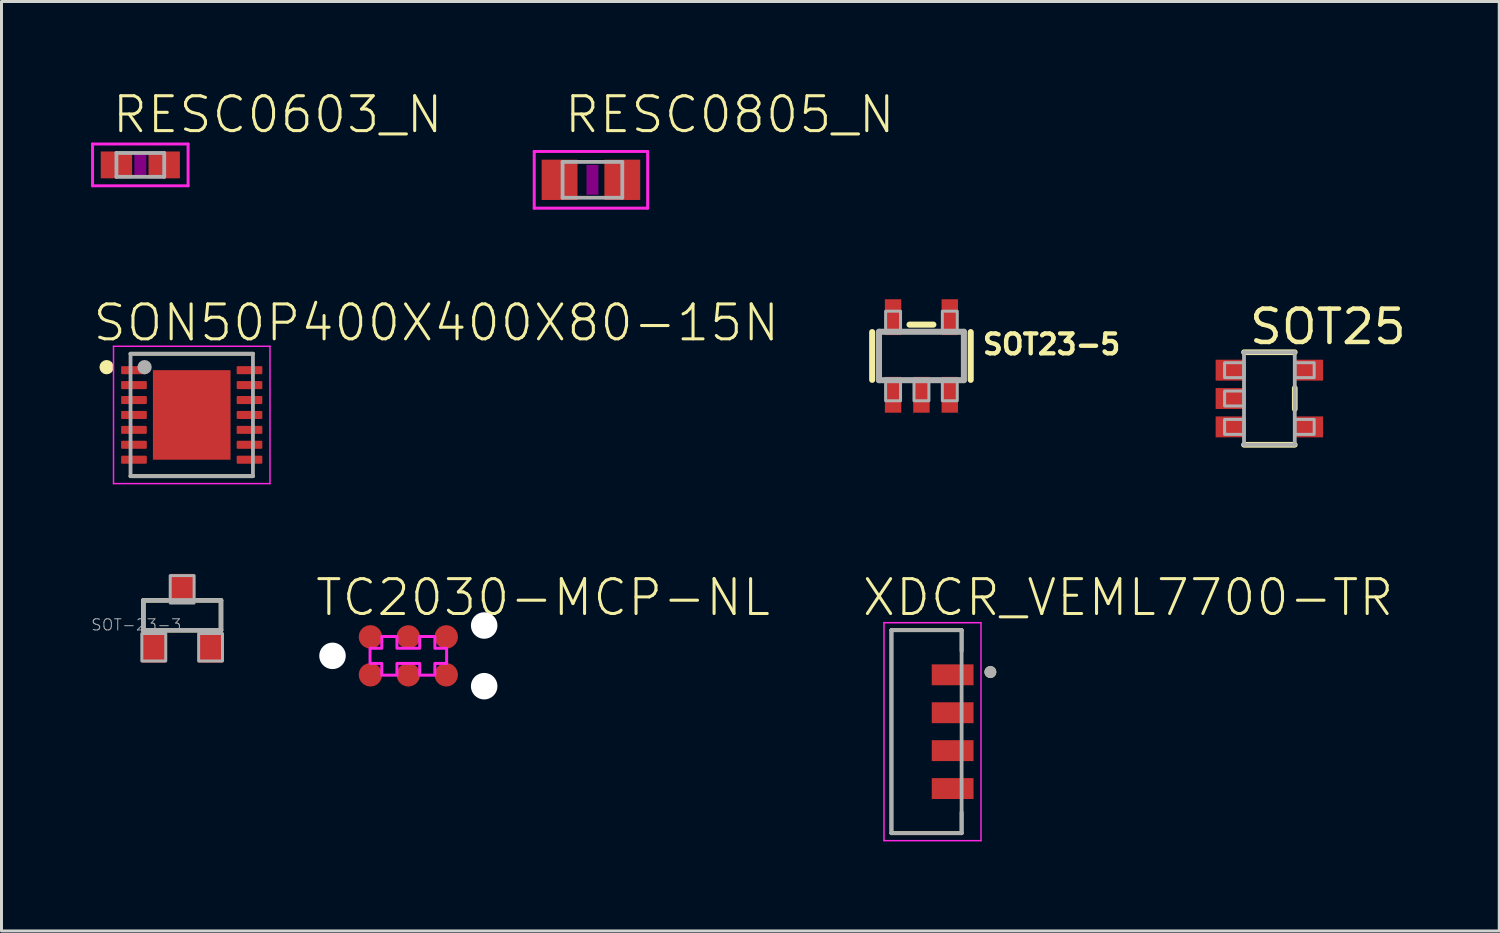
<source format=kicad_pcb>
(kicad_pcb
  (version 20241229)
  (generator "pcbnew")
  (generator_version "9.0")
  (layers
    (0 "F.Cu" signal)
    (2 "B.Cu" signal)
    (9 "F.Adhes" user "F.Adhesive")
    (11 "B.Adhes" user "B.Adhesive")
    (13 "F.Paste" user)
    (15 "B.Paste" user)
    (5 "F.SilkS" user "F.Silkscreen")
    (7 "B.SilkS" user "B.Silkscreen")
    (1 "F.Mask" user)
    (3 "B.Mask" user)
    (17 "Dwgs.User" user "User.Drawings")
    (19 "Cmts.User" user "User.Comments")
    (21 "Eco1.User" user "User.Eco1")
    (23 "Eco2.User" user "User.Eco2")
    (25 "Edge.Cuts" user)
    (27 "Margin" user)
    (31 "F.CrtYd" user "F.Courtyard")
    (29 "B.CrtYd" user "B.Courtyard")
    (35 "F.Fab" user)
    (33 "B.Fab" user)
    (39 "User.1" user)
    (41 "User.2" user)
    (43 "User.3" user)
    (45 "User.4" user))
  (footprint "SOT25"
    (layer "F.Cu")
    (at 39.467 10.298)
    (property "Reference" "SOT25" (at -0.75 -1.75 0) (layer "F.SilkS") (effects (font (size 1.118 1.118) (thickness 0.152)) (justify left bottom)))
    (fp_line (start -0.85 -1.55) (end 0.85 -1.55) (stroke (width 0.191) (type solid)) (layer "F.SilkS"))
    (fp_line (start 0.85 -0.35) (end 0.85 0.35) (stroke (width 0.191) (type solid)) (layer "F.SilkS"))
    (fp_line (start 0.85 1.55) (end -0.85 1.55) (stroke (width 0.191) (type solid)) (layer "F.SilkS"))
    (fp_line (start -0.85 -1.55) (end 0.85 -1.55) (stroke (width 0.127) (type solid)) (layer "F.Fab"))
    (fp_line (start -0.85 1.55) (end -0.85 -1.55) (stroke (width 0.127) (type solid)) (layer "F.Fab"))
    (fp_line (start -0.85 1.55) (end 0.85 1.55) (stroke (width 0.127) (type solid)) (layer "F.Fab"))
    (fp_line (start 0.85 1.55) (end 0.85 -1.55) (stroke (width 0.127) (type solid)) (layer "F.Fab"))
    (fp_poly (pts (xy -0.85 -0.7) (xy -0.85 -1.2) (xy -1.5 -1.2) (xy -1.5 -0.7)) (stroke (width 0.1) (type solid)) (fill no) (layer "F.Fab"))
    (fp_poly (pts (xy -0.85 0.25) (xy -0.85 -0.25) (xy -1.5 -0.25) (xy -1.5 0.25)) (stroke (width 0.1) (type solid)) (fill no) (layer "F.Fab"))
    (fp_poly (pts (xy -0.85 1.2) (xy -0.85 0.7) (xy -1.5 0.7) (xy -1.5 1.2)) (stroke (width 0.1) (type solid)) (fill no) (layer "F.Fab"))
    (fp_poly (pts (xy 0.85 -1.2) (xy 0.85 -0.7) (xy 1.5 -0.7) (xy 1.5 -1.2)) (stroke (width 0.1) (type solid)) (fill no) (layer "F.Fab"))
    (fp_poly (pts (xy 0.85 0.7) (xy 0.85 1.2) (xy 1.5 1.2) (xy 1.5 0.7)) (stroke (width 0.1) (type solid)) (fill no) (layer "F.Fab"))
    (pad "1" smd rect (at -1.3 -0.95 180) (size 1 0.7) (layers "F.Cu" "F.Mask" "F.Paste"))
    (pad "2" smd rect (at -1.3 0 180) (size 1 0.7) (layers "F.Cu" "F.Mask" "F.Paste"))
    (pad "3" smd rect (at -1.3 0.95 180) (size 1 0.7) (layers "F.Cu" "F.Mask" "F.Paste"))
    (pad "4" smd rect (at 1.3 0.95) (size 1 0.7) (layers "F.Cu" "F.Mask" "F.Paste"))
    (pad "5" smd rect (at 1.3 -0.95) (size 1 0.7) (layers "F.Cu" "F.Mask" "F.Paste")))
  (footprint "SON50P400X400X80-15N"
    (layer "F.Cu")
    (at 3.372 10.848)
    (property "Reference" "SON50P400X400X80-15N" (at -3.372 -2.401 0) (layer "F.SilkS") (effects (font (size 1.169 1.169) (thickness 0.102)) (justify left bottom)))
    (fp_line (start -2.05 -2.05) (end 2.05 -2.05) (stroke (width 0.127) (type solid)) (layer "F.SilkS"))
    (fp_line (start 2.05 2.05) (end -2.05 2.05) (stroke (width 0.127) (type solid)) (layer "F.SilkS"))
    (fp_circle (center -2.85 -1.6) (end -2.73 -1.6) (stroke (width 0.24) (type solid)) (fill no) (layer "F.SilkS"))
    (fp_poly (pts (xy -0.821 0.951) (xy 0.82 0.951) (xy 0.82 -0.95) (xy -0.821 -0.95)) (stroke (width 0) (type solid)) (fill yes) (layer "F.Paste"))
    (fp_line (start -2.62 -2.3) (end 2.62 -2.3) (stroke (width 0.05) (type solid)) (layer "F.CrtYd"))
    (fp_line (start -2.62 2.3) (end -2.62 -2.3) (stroke (width 0.05) (type solid)) (layer "F.CrtYd"))
    (fp_line (start 2.62 -2.3) (end 2.62 2.3) (stroke (width 0.05) (type solid)) (layer "F.CrtYd"))
    (fp_line (start 2.62 2.3) (end -2.62 2.3) (stroke (width 0.05) (type solid)) (layer "F.CrtYd"))
    (fp_line (start -2.05 -2.05) (end 2.05 -2.05) (stroke (width 0.127) (type solid)) (layer "F.Fab"))
    (fp_line (start -2.05 2.05) (end -2.05 -2.05) (stroke (width 0.127) (type solid)) (layer "F.Fab"))
    (fp_line (start 2.05 -2.05) (end 2.05 2.05) (stroke (width 0.127) (type solid)) (layer "F.Fab"))
    (fp_line (start 2.05 2.05) (end -2.05 2.05) (stroke (width 0.127) (type solid)) (layer "F.Fab"))
    (fp_circle (center -1.58 -1.6) (end -1.46 -1.6) (stroke (width 0.24) (type solid)) (fill no) (layer "F.Fab"))
    (pad "1" smd roundrect (at -1.935 -1.5) (size 0.86 0.27) (layers "F.Cu" "F.Mask" "F.Paste") (roundrect_rratio 0.125))
    (pad "2" smd roundrect (at -1.935 -1) (size 0.86 0.27) (layers "F.Cu" "F.Mask" "F.Paste") (roundrect_rratio 0.125))
    (pad "3" smd roundrect (at -1.935 -0.5) (size 0.86 0.27) (layers "F.Cu" "F.Mask" "F.Paste") (roundrect_rratio 0.125))
    (pad "4" smd roundrect (at -1.935 0) (size 0.86 0.27) (layers "F.Cu" "F.Mask" "F.Paste") (roundrect_rratio 0.125))
    (pad "5" smd roundrect (at -1.935 0.5) (size 0.86 0.27) (layers "F.Cu" "F.Mask" "F.Paste") (roundrect_rratio 0.125))
    (pad "6" smd roundrect (at -1.935 1) (size 0.86 0.27) (layers "F.Cu" "F.Mask" "F.Paste") (roundrect_rratio 0.125))
    (pad "7" smd roundrect (at -1.935 1.5) (size 0.86 0.27) (layers "F.Cu" "F.Mask" "F.Paste") (roundrect_rratio 0.125))
    (pad "8" smd roundrect (at 1.935 1.5 180) (size 0.86 0.27) (layers "F.Cu" "F.Mask" "F.Paste") (roundrect_rratio 0.125))
    (pad "9" smd roundrect (at 1.935 1 180) (size 0.86 0.27) (layers "F.Cu" "F.Mask" "F.Paste") (roundrect_rratio 0.125))
    (pad "10" smd roundrect (at 1.935 0.5 180) (size 0.86 0.27) (layers "F.Cu" "F.Mask" "F.Paste") (roundrect_rratio 0.125))
    (pad "11" smd roundrect (at 1.935 0 180) (size 0.86 0.27) (layers "F.Cu" "F.Mask" "F.Paste") (roundrect_rratio 0.125))
    (pad "12" smd roundrect (at 1.935 -0.5 180) (size 0.86 0.27) (layers "F.Cu" "F.Mask" "F.Paste") (roundrect_rratio 0.125))
    (pad "13" smd roundrect (at 1.935 -1 180) (size 0.86 0.27) (layers "F.Cu" "F.Mask" "F.Paste") (roundrect_rratio 0.125))
    (pad "14" smd roundrect (at 1.935 -1.5 180) (size 0.86 0.27) (layers "F.Cu" "F.Mask" "F.Paste") (roundrect_rratio 0.125))
    (pad "15" smd rect (at 0 0) (size 2.6 3) (layers "F.Cu" "F.Mask")))
  (footprint "XDCR_VEML7700-TR"
    (layer "F.Cu")
    (at 28.308 21.457)
    (property "Reference" "XDCR_VEML7700-TR" (at -2.54 -3.81 0) (layer "F.SilkS") (effects (font (size 1.168 1.168) (thickness 0.102)) (justify left bottom)))
    (fp_line (start -1.5 -3.4) (end -1.5 3.4) (stroke (width 0.127) (type solid)) (layer "F.SilkS"))
    (fp_line (start -1.5 3.4) (end 0.85 3.4) (stroke (width 0.127) (type solid)) (layer "F.SilkS"))
    (fp_line (start 0.85 -3.4) (end -1.5 -3.4) (stroke (width 0.127) (type solid)) (layer "F.SilkS"))
    (fp_line (start 0.85 -3.4) (end 0.85 -2.7) (stroke (width 0.127) (type solid)) (layer "F.SilkS"))
    (fp_line (start 0.85 3.4) (end 0.85 2.7) (stroke (width 0.127) (type solid)) (layer "F.SilkS"))
    (fp_circle (center 1.814 -1.998) (end 1.914 -1.998) (stroke (width 0.2) (type solid)) (fill no) (layer "F.SilkS"))
    (fp_line (start -1.75 -3.65) (end -1.75 3.65) (stroke (width 0.05) (type solid)) (layer "F.CrtYd"))
    (fp_line (start -1.75 -3.65) (end 1.5 -3.65) (stroke (width 0.05) (type solid)) (layer "F.CrtYd"))
    (fp_line (start -1.75 3.65) (end 1.5 3.65) (stroke (width 0.05) (type solid)) (layer "F.CrtYd"))
    (fp_line (start 1.5 3.65) (end 1.5 -3.65) (stroke (width 0.05) (type solid)) (layer "F.CrtYd"))
    (fp_line (start -1.5 -3.4) (end -1.5 3.4) (stroke (width 0.127) (type solid)) (layer "F.Fab"))
    (fp_line (start -1.5 -3.4) (end 0.85 -3.4) (stroke (width 0.127) (type solid)) (layer "F.Fab"))
    (fp_line (start -1.5 3.4) (end 0.85 3.4) (stroke (width 0.127) (type solid)) (layer "F.Fab"))
    (fp_line (start 0.85 3.4) (end 0.85 -3.4) (stroke (width 0.127) (type solid)) (layer "F.Fab"))
    (fp_circle (center 1.814 -1.998) (end 1.914 -1.998) (stroke (width 0.2) (type solid)) (fill no) (layer "F.Fab"))
    (pad "1" smd rect (at 0.55 -1.905) (size 1.4 0.7) (layers "F.Cu" "F.Mask" "F.Paste"))
    (pad "2" smd rect (at 0.55 -0.635) (size 1.4 0.7) (layers "F.Cu" "F.Mask" "F.Paste"))
    (pad "3" smd rect (at 0.55 0.635) (size 1.4 0.7) (layers "F.Cu" "F.Mask" "F.Paste"))
    (pad "4" smd rect (at 0.55 1.905) (size 1.4 0.7) (layers "F.Cu" "F.Mask" "F.Paste")))
  (footprint "RESC0805_N"
    (layer "F.Cu")
    (at 16.793 2.973)
    (property "Reference" "RESC0805_N" (at -1 -1.5 0) (layer "F.SilkS") (effects (font (size 1.168 1.168) (thickness 0.102)) (justify left bottom)))
    (fp_poly (pts (xy -0.2 0.5) (xy 0.2 0.5) (xy 0.2 -0.5) (xy -0.2 -0.5)) (stroke (width 0) (type solid)) (fill yes) (layer "F.Adhes"))
    (fp_line (start -1.95 -0.95) (end -1.95 0.95) (stroke (width 0.1) (type solid)) (layer "F.CrtYd"))
    (fp_line (start -1.95 0.95) (end 1.85 0.95) (stroke (width 0.1) (type solid)) (layer "F.CrtYd"))
    (fp_line (start 1.85 -0.95) (end -1.95 -0.95) (stroke (width 0.1) (type solid)) (layer "F.CrtYd"))
    (fp_line (start 1.85 0.95) (end 1.85 -0.95) (stroke (width 0.1) (type solid)) (layer "F.CrtYd"))
    (fp_line (start -1 -0.6) (end 1 -0.6) (stroke (width 0.127) (type solid)) (layer "F.Fab"))
    (fp_line (start -1 0.6) (end -1 -0.6) (stroke (width 0.127) (type solid)) (layer "F.Fab"))
    (fp_line (start 1 -0.6) (end 1 0.6) (stroke (width 0.127) (type solid)) (layer "F.Fab"))
    (fp_line (start 1 0.6) (end -1 0.6) (stroke (width 0.127) (type solid)) (layer "F.Fab"))
    (pad "1" smd rect (at -1.1 0) (size 1.2 1.35) (layers "F.Cu" "F.Mask" "F.Paste"))
    (pad "2" smd rect (at 1 0) (size 1.2 1.35) (layers "F.Cu" "F.Mask" "F.Paste")))
  (footprint "SOT23-5"
    (layer "F.Cu")
    (at 27.813 8.873)
    (property "Reference" "SOT23-5" (at 1.978 0 0) (layer "F.SilkS") (effects (font (size 0.666 0.666) (thickness 0.146)) (justify left bottom)))
    (fp_line (start -1.65 -0.8) (end -1.65 0.8) (stroke (width 0.203) (type solid)) (layer "F.SilkS"))
    (fp_line (start -0.4 -1.05) (end 0.4 -1.05) (stroke (width 0.203) (type solid)) (layer "F.SilkS"))
    (fp_line (start 1.65 -0.8) (end 1.65 0.8) (stroke (width 0.203) (type solid)) (layer "F.SilkS"))
    (fp_line (start -1.422 -0.81) (end 1.422 -0.81) (stroke (width 0.203) (type solid)) (layer "F.Fab"))
    (fp_line (start -1.422 0.81) (end -1.422 -0.81) (stroke (width 0.203) (type solid)) (layer "F.Fab"))
    (fp_line (start 1.422 -0.81) (end 1.422 0.81) (stroke (width 0.203) (type solid)) (layer "F.Fab"))
    (fp_line (start 1.422 0.81) (end -1.422 0.81) (stroke (width 0.203) (type solid)) (layer "F.Fab"))
    (fp_poly (pts (xy -1.2 -0.85) (xy -0.7 -0.85) (xy -0.7 -1.5) (xy -1.2 -1.5)) (stroke (width 0.1) (type solid)) (fill no) (layer "F.Fab"))
    (fp_poly (pts (xy -1.2 1.5) (xy -0.7 1.5) (xy -0.7 0.85) (xy -1.2 0.85)) (stroke (width 0.1) (type solid)) (fill no) (layer "F.Fab"))
    (fp_poly (pts (xy -0.25 1.5) (xy 0.25 1.5) (xy 0.25 0.85) (xy -0.25 0.85)) (stroke (width 0.1) (type solid)) (fill no) (layer "F.Fab"))
    (fp_poly (pts (xy 0.7 -0.85) (xy 1.2 -0.85) (xy 1.2 -1.5) (xy 0.7 -1.5)) (stroke (width 0.1) (type solid)) (fill no) (layer "F.Fab"))
    (fp_poly (pts (xy 0.7 1.5) (xy 1.2 1.5) (xy 1.2 0.85) (xy 0.7 0.85)) (stroke (width 0.1) (type solid)) (fill no) (layer "F.Fab"))
    (pad "1" smd rect (at -0.95 1.3) (size 0.55 1.2) (layers "F.Cu" "F.Mask" "F.Paste"))
    (pad "2" smd rect (at 0 1.3) (size 0.55 1.2) (layers "F.Cu" "F.Mask" "F.Paste"))
    (pad "3" smd rect (at 0.95 1.3) (size 0.55 1.2) (layers "F.Cu" "F.Mask" "F.Paste"))
    (pad "4" smd rect (at 0.95 -1.3) (size 0.55 1.2) (layers "F.Cu" "F.Mask" "F.Paste"))
    (pad "5" smd rect (at -0.95 -1.3) (size 0.55 1.2) (layers "F.Cu" "F.Mask" "F.Paste")))
  (footprint "SOT-23-3"
    (layer "F.Cu")
    (at 3.052 17.659)
    (property "Reference" "SOT-23-3" (at 0 0 0) (layer "F.Fab") (effects (font (size 0.374 0.374) (thickness 0.033)) (justify right top)))
    (fp_line (start -1.3 -0.6) (end -1.3 0.4) (stroke (width 0.15) (type solid)) (layer "F.SilkS"))
    (fp_line (start -1.3 0.4) (end 1.3 0.4) (stroke (width 0.15) (type solid)) (layer "F.SilkS"))
    (fp_line (start -0.5 -0.6) (end -1.3 -0.6) (stroke (width 0.15) (type solid)) (layer "F.SilkS"))
    (fp_line (start 1.3 -0.6) (end 0.5 -0.6) (stroke (width 0.15) (type solid)) (layer "F.SilkS"))
    (fp_line (start 1.3 0.4) (end 1.3 -0.6) (stroke (width 0.15) (type solid)) (layer "F.SilkS"))
    (fp_line (start -1.3 -0.6) (end -1.3 0.4) (stroke (width 0.15) (type solid)) (layer "F.Fab"))
    (fp_line (start -1.3 -0.6) (end 1.3 -0.6) (stroke (width 0.15) (type solid)) (layer "F.Fab"))
    (fp_line (start -1.3 0.4) (end 1.3 0.4) (stroke (width 0.15) (type solid)) (layer "F.Fab"))
    (fp_line (start 1.3 0.4) (end 1.3 -0.6) (stroke (width 0.15) (type solid)) (layer "F.Fab"))
    (fp_poly (pts (xy -1.351 1.431) (xy -0.55 1.431) (xy -0.55 0.51) (xy -1.351 0.51)) (stroke (width 0.1) (type solid)) (fill no) (layer "F.Fab"))
    (fp_poly (pts (xy -0.401 -0.511) (xy 0.4 -0.511) (xy 0.4 -1.43) (xy -0.401 -1.43)) (stroke (width 0.1) (type solid)) (fill no) (layer "F.Fab"))
    (fp_poly (pts (xy 0.551 1.432) (xy 1.35 1.432) (xy 1.35 0.51) (xy 0.551 0.51)) (stroke (width 0.1) (type solid)) (fill no) (layer "F.Fab"))
    (pad "1" smd rect (at -0.95 1 90) (size 0.972 0.802) (layers "F.Cu" "F.Mask" "F.Paste"))
    (pad "2" smd rect (at 0.95 1 90) (size 0.972 0.802) (layers "F.Cu" "F.Mask" "F.Paste"))
    (pad "3" smd rect (at 0 -1 90) (size 0.972 0.802) (layers "F.Cu" "F.Mask" "F.Paste")))
  (footprint "TC2030-MCP-NL"
    (layer "F.Cu")
    (at 8.087 18.917)
    (property "Reference" "TC2030-MCP-NL" (at -0.635 -1.27 0) (layer "F.SilkS") (effects (font (size 1.168 1.168) (thickness 0.102)) (justify left bottom)))
    (fp_poly (pts (xy 2.159 -0.254) (xy 2.921 -0.254) (xy 2.921 -0.648) (xy 3.429 -0.648) (xy 3.429 -0.254) (xy 3.823 -0.254) (xy 3.823 0.254) (xy 3.429 0.254) (xy 3.429 0.648) (xy 2.921 0.648) (xy 2.921 0.254) (xy 2.159 0.254) (xy 2.159 0.648) (xy 1.651 0.648) (xy 1.651 0.254) (xy 1.257 0.254) (xy 1.257 -0.254) (xy 1.651 -0.254) (xy 1.651 -0.648) (xy 2.159 -0.648)) (stroke (width 0.1) (type solid)) (fill no) (layer "F.CrtYd"))
    (pad "" np_thru_hole circle (at 0 0) (size 0.889 0.889) (drill 0.889) (layers "*.Cu" "*.Mask"))
    (pad "" np_thru_hole circle (at 5.08 -1.016) (size 0.889 0.889) (drill 0.889) (layers "*.Cu" "*.Mask"))
    (pad "" np_thru_hole circle (at 5.08 1.016) (size 0.889 0.889) (drill 0.889) (layers "*.Cu" "*.Mask"))
    (pad "1" smd roundrect (at 1.27 0.635) (size 0.787 0.787) (layers "F.Cu" "F.Mask") (roundrect_rratio 0.5))
    (pad "2" smd roundrect (at 1.27 -0.635) (size 0.787 0.787) (layers "F.Cu" "F.Mask") (roundrect_rratio 0.5))
    (pad "3" smd roundrect (at 2.54 0.635) (size 0.787 0.787) (layers "F.Cu" "F.Mask") (roundrect_rratio 0.5))
    (pad "4" smd roundrect (at 2.54 -0.635) (size 0.787 0.787) (layers "F.Cu" "F.Mask") (roundrect_rratio 0.5))
    (pad "5" smd roundrect (at 3.81 0.635) (size 0.787 0.787) (layers "F.Cu" "F.Mask") (roundrect_rratio 0.5))
    (pad "6" smd roundrect (at 3.81 -0.635) (size 0.787 0.787) (layers "F.Cu" "F.Mask") (roundrect_rratio 0.5)))
  (footprint "RESC0603_N"
    (layer "F.Cu")
    (at 1.65 2.473)
    (property "Reference" "RESC0603_N" (at -1 -1 0) (layer "F.SilkS") (effects (font (size 1.168 1.168) (thickness 0.102)) (justify left bottom)))
    (fp_poly (pts (xy -0.2 0.4) (xy 0.2 0.4) (xy 0.2 -0.4) (xy -0.2 -0.4)) (stroke (width 0) (type solid)) (fill yes) (layer "F.Adhes"))
    (fp_line (start -1.6 -0.7) (end -1.6 0.7) (stroke (width 0.1) (type solid)) (layer "F.CrtYd"))
    (fp_line (start -1.6 0.7) (end 1.6 0.7) (stroke (width 0.1) (type solid)) (layer "F.CrtYd"))
    (fp_line (start 1.6 -0.7) (end -1.6 -0.7) (stroke (width 0.1) (type solid)) (layer "F.CrtYd"))
    (fp_line (start 1.6 0.7) (end 1.6 -0.7) (stroke (width 0.1) (type solid)) (layer "F.CrtYd"))
    (fp_line (start -0.8 -0.4) (end 0.8 -0.4) (stroke (width 0.127) (type solid)) (layer "F.Fab"))
    (fp_line (start -0.8 0.4) (end -0.8 -0.4) (stroke (width 0.127) (type solid)) (layer "F.Fab"))
    (fp_line (start 0.8 -0.4) (end 0.8 0.4) (stroke (width 0.127) (type solid)) (layer "F.Fab"))
    (fp_line (start 0.8 0.4) (end -0.8 0.4) (stroke (width 0.127) (type solid)) (layer "F.Fab"))
    (pad "1" smd rect (at -0.8 0) (size 1.05 0.9) (layers "F.Cu" "F.Mask" "F.Paste"))
    (pad "2" smd rect (at 0.8 0) (size 1.05 0.9) (layers "F.Cu" "F.Mask" "F.Paste")))
  (gr_rect
    (start -3 -3)
    (end 47.166 28.132)
    (stroke (width 0.1) (type default))
    (fill no)
    (layer "Edge.Cuts")))
</source>
